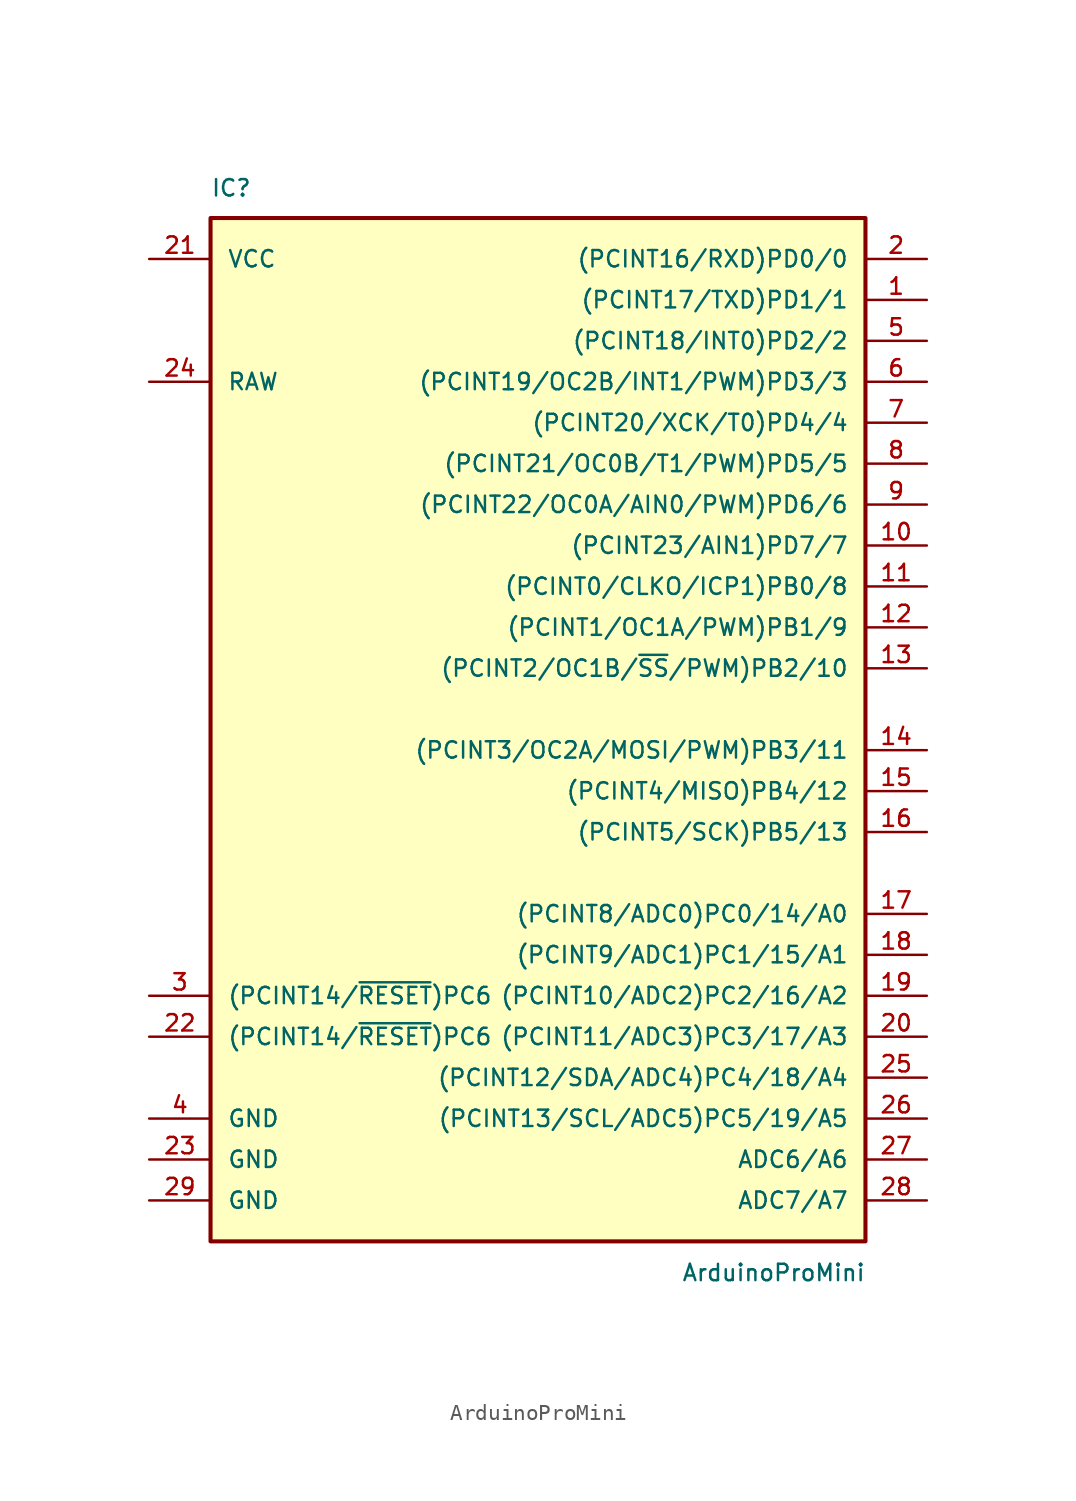
<source format=kicad_sym>
(kicad_symbol_lib
  (version 20211014)
  (generator kicad_symbol_editor)
  (symbol "ArduinoProMini"
    (pin_names
      (offset 1.016))
    (property "Reference" "IC"
      (at -19.05 31.75 0)
      (effects (font (size 1.016 1.016)) (justify left bottom)))
    (property "Value" "ArduinoProMini"
      (at 10.16 -35.56 0)
      (effects (font (size 1.016 1.016)) (justify left bottom)))
    (property "Datasheet" ""
      (at 0 0 0)
      (effects (font (size 1.524 1.524))))
    (symbol "ArduinoProMini_0_1"
      (rectangle (start -19.05 30.48) (end 21.59 -33.02) (stroke (width 0.254) (type default) (color 0 0 0 0)) (fill (type background))))
    (symbol "ArduinoProMini_1_1"
      (pin bidirectional line (at 25.4 25.4 180) (length 3.81) (name "(PCINT17/TXD)PD1/1" (effects (font (size 1.016 1.016)))) (number "1" (effects (font (size 1.016 1.016)))))
      (pin bidirectional line (at 25.4 10.16 180) (length 3.81) (name "(PCINT23/AIN1)PD7/7" (effects (font (size 1.016 1.016)))) (number "10" (effects (font (size 1.016 1.016)))))
      (pin bidirectional line (at 25.4 7.62 180) (length 3.81) (name "(PCINT0/CLKO/ICP1)PB0/8" (effects (font (size 1.016 1.016)))) (number "11" (effects (font (size 1.016 1.016)))))
      (pin bidirectional line (at 25.4 5.08 180) (length 3.81) (name "(PCINT1/OC1A/PWM)PB1/9" (effects (font (size 1.016 1.016)))) (number "12" (effects (font (size 1.016 1.016)))))
      (pin bidirectional line (at 25.4 2.54 180) (length 3.81) (name "(PCINT2/OC1B/~{SS}/PWM)PB2/10" (effects (font (size 1.016 1.016)))) (number "13" (effects (font (size 1.016 1.016)))))
      (pin bidirectional line (at 25.4 -2.54 180) (length 3.81) (name "(PCINT3/OC2A/MOSI/PWM)PB3/11" (effects (font (size 1.016 1.016)))) (number "14" (effects (font (size 1.016 1.016)))))
      (pin bidirectional line (at 25.4 -5.08 180) (length 3.81) (name "(PCINT4/MISO)PB4/12" (effects (font (size 1.016 1.016)))) (number "15" (effects (font (size 1.016 1.016)))))
      (pin bidirectional line (at 25.4 -7.62 180) (length 3.81) (name "(PCINT5/SCK)PB5/13" (effects (font (size 1.016 1.016)))) (number "16" (effects (font (size 1.016 1.016)))))
      (pin bidirectional line (at 25.4 -12.7 180) (length 3.81) (name "(PCINT8/ADC0)PC0/14/A0" (effects (font (size 1.016 1.016)))) (number "17" (effects (font (size 1.016 1.016)))))
      (pin bidirectional line (at 25.4 -15.24 180) (length 3.81) (name "(PCINT9/ADC1)PC1/15/A1" (effects (font (size 1.016 1.016)))) (number "18" (effects (font (size 1.016 1.016)))))
      (pin bidirectional line (at 25.4 -17.78 180) (length 3.81) (name "(PCINT10/ADC2)PC2/16/A2" (effects (font (size 1.016 1.016)))) (number "19" (effects (font (size 1.016 1.016)))))
      (pin bidirectional line (at 25.4 27.94 180) (length 3.81) (name "(PCINT16/RXD)PD0/0" (effects (font (size 1.016 1.016)))) (number "2" (effects (font (size 1.016 1.016)))))
      (pin bidirectional line (at 25.4 -20.32 180) (length 3.81) (name "(PCINT11/ADC3)PC3/17/A3" (effects (font (size 1.016 1.016)))) (number "20" (effects (font (size 1.016 1.016)))))
      (pin power_in line (at -22.86 27.94 0) (length 3.81) (name "VCC" (effects (font (size 1.016 1.016)))) (number "21" (effects (font (size 1.016 1.016)))))
      (pin bidirectional line (at -22.86 -20.32 0) (length 3.81) (name "(PCINT14/~{RESET})PC6" (effects (font (size 1.016 1.016)))) (number "22" (effects (font (size 1.016 1.016)))))
      (pin power_in line (at -22.86 -27.94 0) (length 3.81) (name "GND" (effects (font (size 1.016 1.016)))) (number "23" (effects (font (size 1.016 1.016)))))
      (pin power_in line (at -22.86 20.32 0) (length 3.81) (name "RAW" (effects (font (size 1.016 1.016)))) (number "24" (effects (font (size 1.016 1.016)))))
      (pin bidirectional line (at 25.4 -22.86 180) (length 3.81) (name "(PCINT12/SDA/ADC4)PC4/18/A4" (effects (font (size 1.016 1.016)))) (number "25" (effects (font (size 1.016 1.016)))))
      (pin bidirectional line (at 25.4 -25.4 180) (length 3.81) (name "(PCINT13/SCL/ADC5)PC5/19/A5" (effects (font (size 1.016 1.016)))) (number "26" (effects (font (size 1.016 1.016)))))
      (pin input line (at 25.4 -27.94 180) (length 3.81) (name "ADC6/A6" (effects (font (size 1.016 1.016)))) (number "27" (effects (font (size 1.016 1.016)))))
      (pin input line (at 25.4 -30.48 180) (length 3.81) (name "ADC7/A7" (effects (font (size 1.016 1.016)))) (number "28" (effects (font (size 1.016 1.016)))))
      (pin power_in line (at -22.86 -30.48 0) (length 3.81) (name "GND" (effects (font (size 1.016 1.016)))) (number "29" (effects (font (size 1.016 1.016)))))
      (pin bidirectional line (at -22.86 -17.78 0) (length 3.81) (name "(PCINT14/~{RESET})PC6" (effects (font (size 1.016 1.016)))) (number "3" (effects (font (size 1.016 1.016)))))
      (pin power_in line (at -22.86 -25.4 0) (length 3.81) (name "GND" (effects (font (size 1.016 1.016)))) (number "4" (effects (font (size 1.016 1.016)))))
      (pin bidirectional line (at 25.4 22.86 180) (length 3.81) (name "(PCINT18/INT0)PD2/2" (effects (font (size 1.016 1.016)))) (number "5" (effects (font (size 1.016 1.016)))))
      (pin bidirectional line (at 25.4 20.32 180) (length 3.81) (name "(PCINT19/OC2B/INT1/PWM)PD3/3" (effects (font (size 1.016 1.016)))) (number "6" (effects (font (size 1.016 1.016)))))
      (pin bidirectional line (at 25.4 17.78 180) (length 3.81) (name "(PCINT20/XCK/T0)PD4/4" (effects (font (size 1.016 1.016)))) (number "7" (effects (font (size 1.016 1.016)))))
      (pin bidirectional line (at 25.4 15.24 180) (length 3.81) (name "(PCINT21/OC0B/T1/PWM)PD5/5" (effects (font (size 1.016 1.016)))) (number "8" (effects (font (size 1.016 1.016)))))
      (pin bidirectional line (at 25.4 12.7 180) (length 3.81) (name "(PCINT22/OC0A/AIN0/PWM)PD6/6" (effects (font (size 1.016 1.016)))) (number "9" (effects (font (size 1.016 1.016))))))))
</source>
